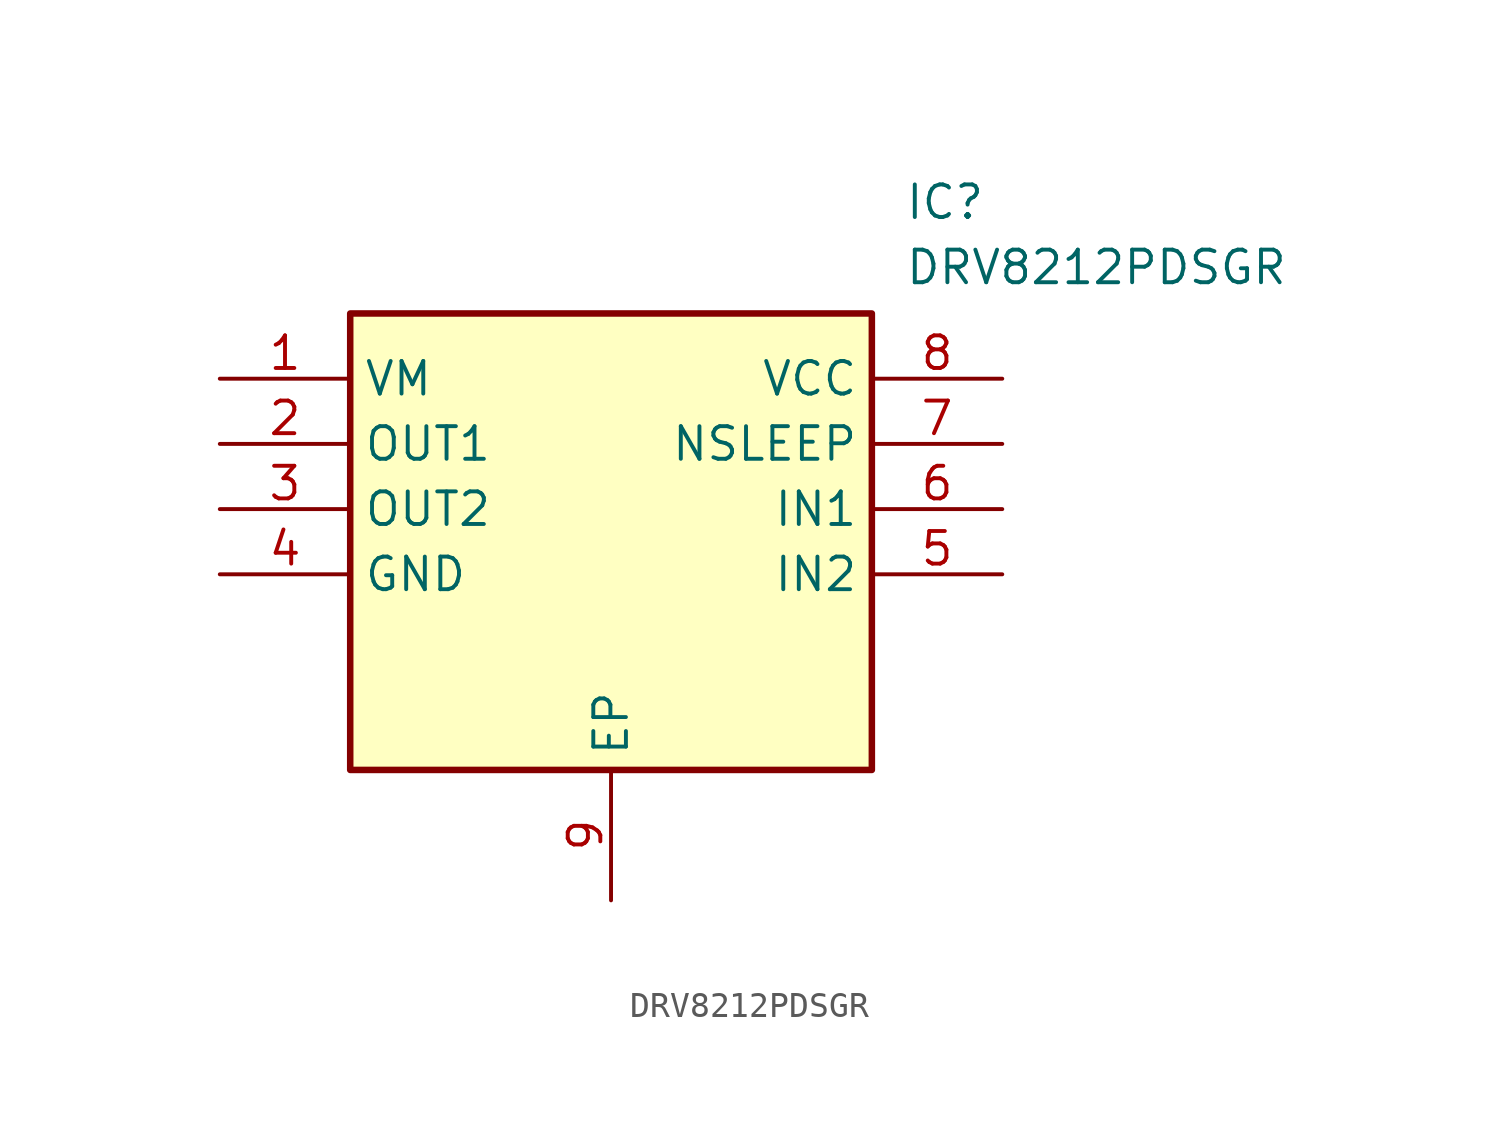
<source format=kicad_sym>
(kicad_symbol_lib
  (version 20211014)
  (generator SamacSys_ECAD_Model)
  (symbol "DRV8212PDSGR"
    (property "Reference" "IC"
      (at 26.67 7.62 0)
      (effects (font (size 1.27 1.27)) (justify left top)))
    (property "Value" "DRV8212PDSGR"
      (at 26.67 5.08 0)
      (effects (font (size 1.27 1.27)) (justify left top)))
    (rectangle
      (start 5.08 2.54)
      (end 25.4 -15.24)
      (stroke (width 0.254) (type default))
      (fill (type background)))
    (pin passive line
      (at 0 0 0)
      (length 5.08)
      (name "VM" (effects (font (size 1.27 1.27))))
      (number "1" (effects (font (size 1.27 1.27)))))
    (pin passive line
      (at 0 -2.54 0)
      (length 5.08)
      (name "OUT1" (effects (font (size 1.27 1.27))))
      (number "2" (effects (font (size 1.27 1.27)))))
    (pin passive line
      (at 0 -5.08 0)
      (length 5.08)
      (name "OUT2" (effects (font (size 1.27 1.27))))
      (number "3" (effects (font (size 1.27 1.27)))))
    (pin passive line
      (at 0 -7.62 0)
      (length 5.08)
      (name "GND" (effects (font (size 1.27 1.27))))
      (number "4" (effects (font (size 1.27 1.27)))))
    (pin passive line
      (at 15.24 -20.32 90)
      (length 5.08)
      (name "EP" (effects (font (size 1.27 1.27))))
      (number "9" (effects (font (size 1.27 1.27)))))
    (pin passive line
      (at 30.48 0 180)
      (length 5.08)
      (name "VCC" (effects (font (size 1.27 1.27))))
      (number "8" (effects (font (size 1.27 1.27)))))
    (pin passive line
      (at 30.48 -2.54 180)
      (length 5.08)
      (name "NSLEEP" (effects (font (size 1.27 1.27))))
      (number "7" (effects (font (size 1.27 1.27)))))
    (pin passive line
      (at 30.48 -5.08 180)
      (length 5.08)
      (name "IN1" (effects (font (size 1.27 1.27))))
      (number "6" (effects (font (size 1.27 1.27)))))
    (pin passive line
      (at 30.48 -7.62 180)
      (length 5.08)
      (name "IN2" (effects (font (size 1.27 1.27))))
      (number "5" (effects (font (size 1.27 1.27)))))))
</source>
